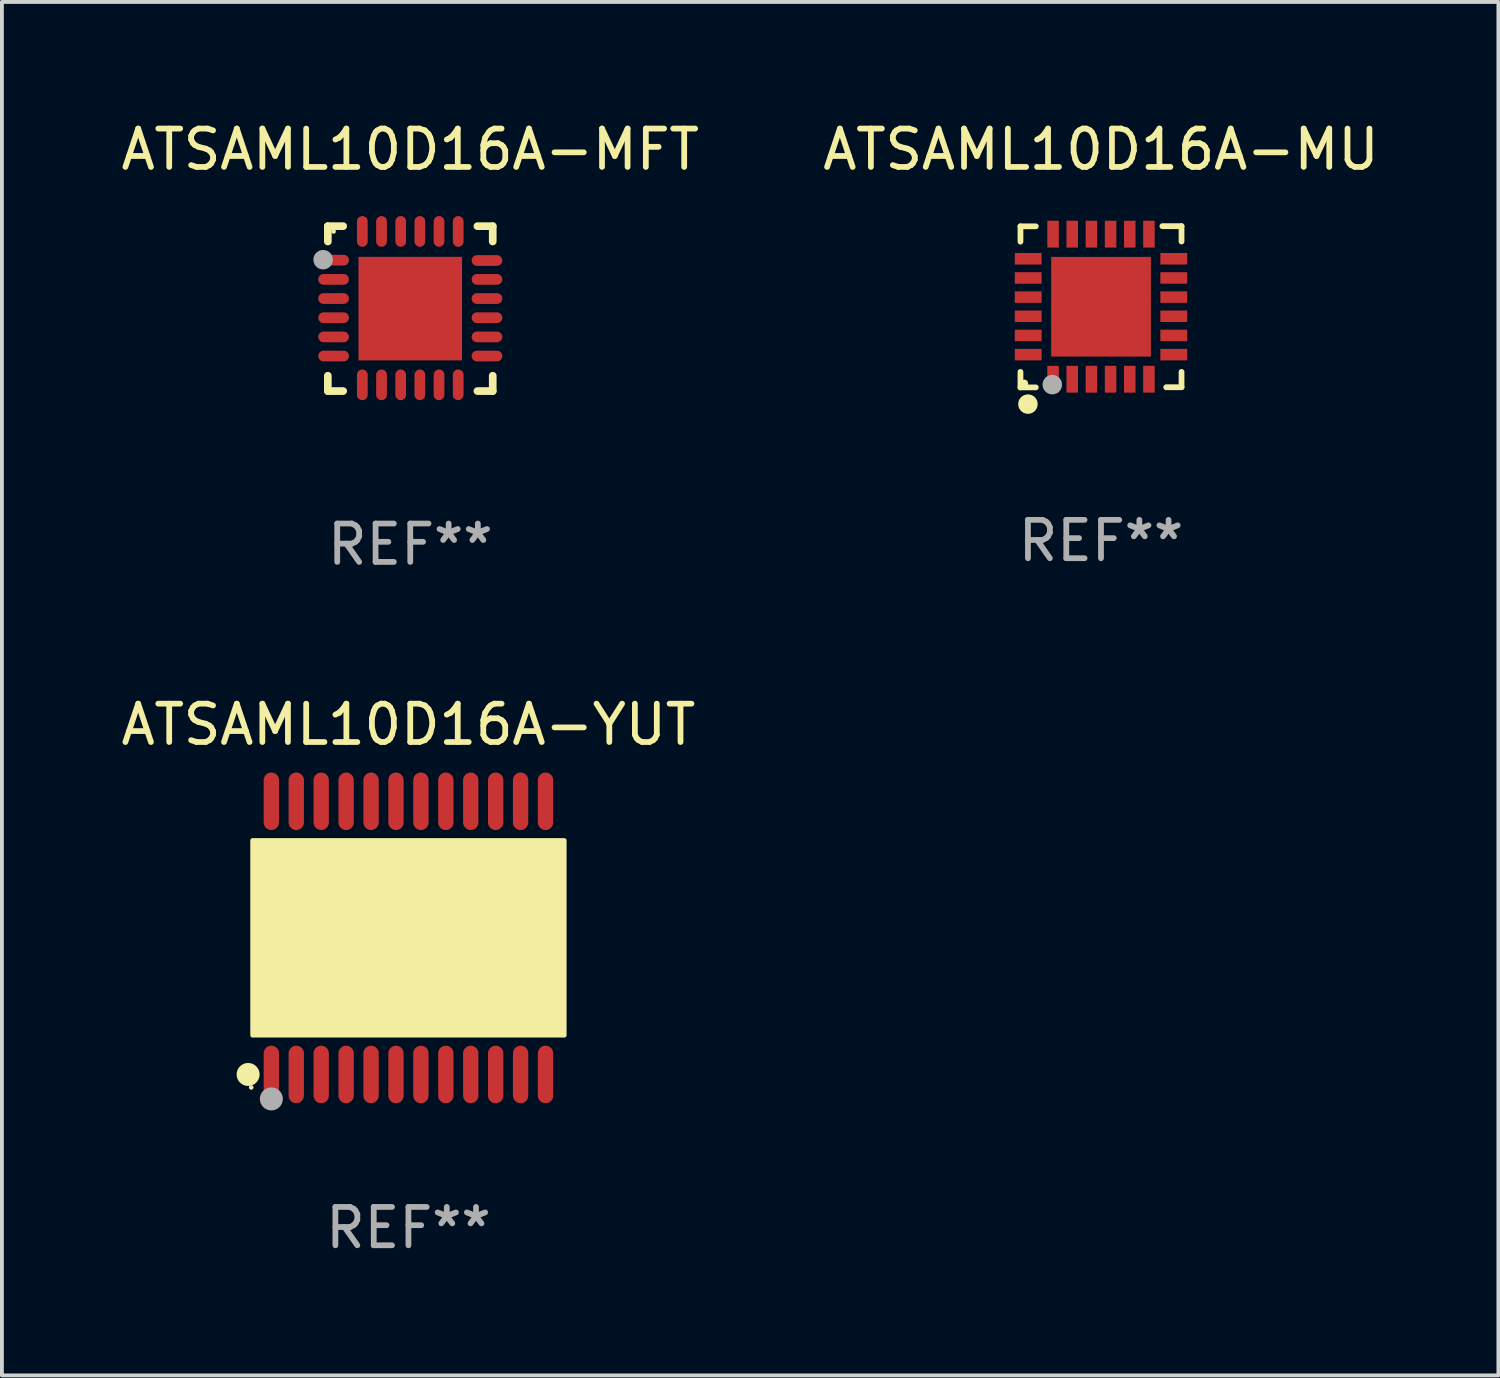
<source format=kicad_pcb>
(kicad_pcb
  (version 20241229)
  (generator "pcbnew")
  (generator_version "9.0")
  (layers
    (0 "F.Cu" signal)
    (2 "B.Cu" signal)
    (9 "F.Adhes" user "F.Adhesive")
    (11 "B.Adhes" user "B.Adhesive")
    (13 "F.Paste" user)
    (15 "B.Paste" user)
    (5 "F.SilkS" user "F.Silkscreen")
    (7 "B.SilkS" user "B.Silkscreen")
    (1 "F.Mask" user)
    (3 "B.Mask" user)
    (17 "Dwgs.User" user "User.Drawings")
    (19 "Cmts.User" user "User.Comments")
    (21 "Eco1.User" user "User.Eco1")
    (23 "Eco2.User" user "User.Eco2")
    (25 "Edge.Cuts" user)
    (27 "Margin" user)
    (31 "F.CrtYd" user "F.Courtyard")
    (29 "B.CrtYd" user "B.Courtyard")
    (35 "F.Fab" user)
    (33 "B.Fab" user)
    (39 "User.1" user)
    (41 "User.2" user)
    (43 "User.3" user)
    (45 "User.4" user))
  (footprint "ATSAML10D16A-MFT"
    (layer "F.Cu")
    (at 7.649 4.998)
    (property "Reference" "ATSAML10D16A-MFT" (at 0 -4.15 0) (layer "F.SilkS") (effects (font (size 1 1) (thickness 0.15))))
    (attr through_hole)
    (fp_line (start -2.15 -2.15) (end -1.75 -2.15) (stroke (width 0.2) (type solid)) (layer "F.SilkS"))
    (fp_line (start -2.15 -1.75) (end -2.15 -2.15) (stroke (width 0.2) (type solid)) (layer "F.SilkS"))
    (fp_line (start -2.15 2.15) (end -2.15 1.75) (stroke (width 0.2) (type solid)) (layer "F.SilkS"))
    (fp_line (start -1.75 2.15) (end -2.15 2.15) (stroke (width 0.2) (type solid)) (layer "F.SilkS"))
    (fp_line (start 1.75 -2.15) (end 2.15 -2.15) (stroke (width 0.2) (type solid)) (layer "F.SilkS"))
    (fp_line (start 1.75 2.15) (end 2.15 2.15) (stroke (width 0.2) (type solid)) (layer "F.SilkS"))
    (fp_line (start 2.15 -2.15) (end 2.15 -1.75) (stroke (width 0.2) (type solid)) (layer "F.SilkS"))
    (fp_line (start 2.15 2.15) (end 2.15 1.75) (stroke (width 0.2) (type solid)) (layer "F.SilkS"))
    (fp_circle (center -2 -2.013) (end -1.97 -2.013) (stroke (width 0.06) (type solid)) (fill no) (layer "F.SilkS"))
    (fp_circle (center -2.273 -1.276) (end -2.146 -1.276) (stroke (width 0.254) (type solid)) (fill no) (layer "F.Fab"))
    (fp_text user "REF**" (at 0 6.15 0) (layer "F.Fab") (effects (font (size 1 1) (thickness 0.15))))
    (pad "1" smd oval (at -2 -1.263 90) (size 0.28 0.8) (layers "F.Cu" "F.Mask" "F.Paste"))
    (pad "2" smd oval (at -2 -0.763 90) (size 0.28 0.8) (layers "F.Cu" "F.Mask" "F.Paste"))
    (pad "3" smd oval (at -2 -0.263 90) (size 0.28 0.8) (layers "F.Cu" "F.Mask" "F.Paste"))
    (pad "4" smd oval (at -2 0.237 90) (size 0.28 0.8) (layers "F.Cu" "F.Mask" "F.Paste"))
    (pad "5" smd oval (at -2 0.737 90) (size 0.28 0.8) (layers "F.Cu" "F.Mask" "F.Paste"))
    (pad "6" smd oval (at -2 1.237 90) (size 0.28 0.8) (layers "F.Cu" "F.Mask" "F.Paste"))
    (pad "7" smd oval (at -1.25 1.987) (size 0.28 0.8) (layers "F.Cu" "F.Mask" "F.Paste"))
    (pad "8" smd oval (at -0.75 1.987) (size 0.28 0.8) (layers "F.Cu" "F.Mask" "F.Paste"))
    (pad "9" smd oval (at -0.25 1.987) (size 0.28 0.8) (layers "F.Cu" "F.Mask" "F.Paste"))
    (pad "10" smd oval (at 0.25 1.987) (size 0.28 0.8) (layers "F.Cu" "F.Mask" "F.Paste"))
    (pad "11" smd oval (at 0.75 1.987) (size 0.28 0.8) (layers "F.Cu" "F.Mask" "F.Paste"))
    (pad "12" smd oval (at 1.25 1.987) (size 0.28 0.8) (layers "F.Cu" "F.Mask" "F.Paste"))
    (pad "13" smd oval (at 2 1.237 90) (size 0.28 0.8) (layers "F.Cu" "F.Mask" "F.Paste"))
    (pad "14" smd oval (at 2 0.737 90) (size 0.28 0.8) (layers "F.Cu" "F.Mask" "F.Paste"))
    (pad "15" smd oval (at 2 0.237 90) (size 0.28 0.8) (layers "F.Cu" "F.Mask" "F.Paste"))
    (pad "16" smd oval (at 2 -0.263 90) (size 0.28 0.8) (layers "F.Cu" "F.Mask" "F.Paste"))
    (pad "17" smd oval (at 2 -0.763 90) (size 0.28 0.8) (layers "F.Cu" "F.Mask" "F.Paste"))
    (pad "18" smd oval (at 2 -1.255 90) (size 0.28 0.8) (layers "F.Cu" "F.Mask" "F.Paste"))
    (pad "19" smd oval (at 1.25 -2.013) (size 0.28 0.8) (layers "F.Cu" "F.Mask" "F.Paste"))
    (pad "20" smd oval (at 0.75 -2.013) (size 0.28 0.8) (layers "F.Cu" "F.Mask" "F.Paste"))
    (pad "21" smd oval (at 0.25 -2.013) (size 0.28 0.8) (layers "F.Cu" "F.Mask" "F.Paste"))
    (pad "22" smd oval (at -0.25 -2.013) (size 0.28 0.8) (layers "F.Cu" "F.Mask" "F.Paste"))
    (pad "23" smd oval (at -0.75 -2.013) (size 0.28 0.8) (layers "F.Cu" "F.Mask" "F.Paste"))
    (pad "24" smd oval (at -1.25 -2.013) (size 0.28 0.8) (layers "F.Cu" "F.Mask" "F.Paste"))
    (pad "25" smd rect (at -0.000127 -0.00014) (size 2.7 2.7) (layers "F.Cu" "F.Mask" "F.Paste")))
  (footprint "ATSAML10D16A-MU"
    (layer "F.Cu")
    (at 25.661 4.95)
    (property "Reference" "ATSAML10D16A-MU" (at 0 -4.102 0) (layer "F.SilkS") (effects (font (size 1 1) (thickness 0.15))))
    (attr through_hole)
    (fp_line (start -2.1 -2.098) (end -1.7 -2.098) (stroke (width 0.15) (type solid)) (layer "F.SilkS"))
    (fp_line (start -2.1 -1.698) (end -2.1 -2.098) (stroke (width 0.15) (type solid)) (layer "F.SilkS"))
    (fp_line (start -2.1 2.102) (end -2.1 1.698) (stroke (width 0.15) (type solid)) (layer "F.SilkS"))
    (fp_line (start -1.7 2.102) (end -2.1 2.102) (stroke (width 0.15) (type solid)) (layer "F.SilkS"))
    (fp_line (start 1.6 -2.102) (end 2.1 -2.102) (stroke (width 0.15) (type solid)) (layer "F.SilkS"))
    (fp_line (start 1.7 2.098) (end 2.1 2.098) (stroke (width 0.15) (type solid)) (layer "F.SilkS"))
    (fp_line (start 2.1 -2.102) (end 2.1 -1.702) (stroke (width 0.15) (type solid)) (layer "F.SilkS"))
    (fp_line (start 2.1 2.098) (end 2.1 1.698) (stroke (width 0.15) (type solid)) (layer "F.SilkS"))
    (fp_circle (center -2 1.998) (end -1.95 1.998) (stroke (width 0.1) (type solid)) (fill no) (layer "F.SilkS"))
    (fp_circle (center -1.905 2.538) (end -1.778 2.538) (stroke (width 0.254) (type solid)) (fill no) (layer "F.SilkS"))
    (fp_circle (center -1.27 2.03) (end -1.143 2.03) (stroke (width 0.254) (type solid)) (fill no) (layer "F.Fab"))
    (fp_text user "REF**" (at 0 6.102 0) (layer "F.Fab") (effects (font (size 1 1) (thickness 0.15))))
    (pad "1" smd rect (at -1.25 1.89 180) (size 0.3 0.7) (layers "F.Cu" "F.Mask" "F.Paste"))
    (pad "2" smd rect (at -0.75 1.889 180) (size 0.3 0.7) (layers "F.Cu" "F.Mask" "F.Paste"))
    (pad "3" smd rect (at -0.25 1.889 180) (size 0.3 0.7) (layers "F.Cu" "F.Mask" "F.Paste"))
    (pad "4" smd rect (at 0.25 1.889 180) (size 0.3 0.7) (layers "F.Cu" "F.Mask" "F.Paste"))
    (pad "5" smd rect (at 0.75 1.889 180) (size 0.3 0.7) (layers "F.Cu" "F.Mask" "F.Paste"))
    (pad "6" smd rect (at 1.25 1.889 180) (size 0.3 0.7) (layers "F.Cu" "F.Mask" "F.Paste"))
    (pad "7" smd rect (at 1.898 1.248 270) (size 0.3 0.7) (layers "F.Cu" "F.Mask" "F.Paste"))
    (pad "8" smd rect (at 1.898 0.748 270) (size 0.3 0.7) (layers "F.Cu" "F.Mask" "F.Paste"))
    (pad "9" smd rect (at 1.898 0.248 270) (size 0.3 0.7) (layers "F.Cu" "F.Mask" "F.Paste"))
    (pad "10" smd rect (at 1.898 -0.252 270) (size 0.3 0.7) (layers "F.Cu" "F.Mask" "F.Paste"))
    (pad "11" smd rect (at 1.898 -0.752 270) (size 0.3 0.7) (layers "F.Cu" "F.Mask" "F.Paste"))
    (pad "12" smd rect (at 1.898 -1.252 270) (size 0.3 0.7) (layers "F.Cu" "F.Mask" "F.Paste"))
    (pad "13" smd rect (at 1.25 -1.894) (size 0.3 0.7) (layers "F.Cu" "F.Mask" "F.Paste"))
    (pad "14" smd rect (at 0.75 -1.894) (size 0.3 0.7) (layers "F.Cu" "F.Mask" "F.Paste"))
    (pad "15" smd rect (at 0.25 -1.894) (size 0.3 0.7) (layers "F.Cu" "F.Mask" "F.Paste"))
    (pad "16" smd rect (at -0.25 -1.894) (size 0.3 0.7) (layers "F.Cu" "F.Mask" "F.Paste"))
    (pad "17" smd rect (at -0.75 -1.894) (size 0.3 0.7) (layers "F.Cu" "F.Mask" "F.Paste"))
    (pad "18" smd rect (at -1.25 -1.894) (size 0.3 0.7) (layers "F.Cu" "F.Mask" "F.Paste"))
    (pad "19" smd rect (at -1.898 -1.252 90) (size 0.3 0.7) (layers "F.Cu" "F.Mask" "F.Paste"))
    (pad "20" smd rect (at -1.898 -0.752 90) (size 0.3 0.7) (layers "F.Cu" "F.Mask" "F.Paste"))
    (pad "21" smd rect (at -1.898 -0.252 90) (size 0.3 0.7) (layers "F.Cu" "F.Mask" "F.Paste"))
    (pad "22" smd rect (at -1.898 0.248 90) (size 0.3 0.7) (layers "F.Cu" "F.Mask" "F.Paste"))
    (pad "23" smd rect (at -1.898 0.748 90) (size 0.3 0.7) (layers "F.Cu" "F.Mask" "F.Paste"))
    (pad "24" smd rect (at -1.898 1.248 90) (size 0.3 0.7) (layers "F.Cu" "F.Mask" "F.Paste"))
    (pad "25" smd rect (at 0.001 -0.001 90) (size 2.6 2.6) (layers "F.Cu" "F.Mask" "F.Paste")))
  (footprint "ATSAML10D16A-YUT"
    (layer "F.Cu")
    (at 7.601 21.407)
    (property "Reference" "ATSAML10D16A-YUT" (at 0 -5.562 0) (layer "F.SilkS") (effects (font (size 1 1) (thickness 0.15))))
    (attr through_hole)
    (fp_circle (center -4.181 3.562) (end -4.031 3.562) (stroke (width 0.3) (type solid)) (fill no) (layer "F.SilkS"))
    (fp_circle (center -4.1 3.9) (end -4.07 3.9) (stroke (width 0.06) (type solid)) (fill no) (layer "F.SilkS"))
    (fp_circle (center -3.575 1.819) (end -3.425 1.819) (stroke (width 0.3) (type solid)) (fill no) (layer "F.SilkS"))
    (fp_poly (pts (xy -4.064 -2.54) (xy 4.064 -2.54) (xy 4.064 2.54) (xy -4.064 2.54)) (stroke (width 0.12) (type solid)) (fill yes) (layer "F.SilkS"))
    (fp_circle (center -3.575 4.2) (end -3.425 4.2) (stroke (width 0.3) (type solid)) (fill no) (layer "F.Fab"))
    (fp_text user "REF**" (at 0 7.562 0) (layer "F.Fab") (effects (font (size 1 1) (thickness 0.15))))
    (pad "1" smd oval (at -3.575 3.562) (size 0.4 1.5) (layers "F.Cu" "F.Mask" "F.Paste"))
    (pad "2" smd oval (at -2.925 3.562) (size 0.4 1.5) (layers "F.Cu" "F.Mask" "F.Paste"))
    (pad "3" smd oval (at -2.275 3.562) (size 0.4 1.5) (layers "F.Cu" "F.Mask" "F.Paste"))
    (pad "4" smd oval (at -1.625 3.562) (size 0.4 1.5) (layers "F.Cu" "F.Mask" "F.Paste"))
    (pad "5" smd oval (at -0.975 3.562) (size 0.4 1.5) (layers "F.Cu" "F.Mask" "F.Paste"))
    (pad "6" smd oval (at -0.325 3.562) (size 0.4 1.5) (layers "F.Cu" "F.Mask" "F.Paste"))
    (pad "7" smd oval (at 0.325 3.562) (size 0.4 1.5) (layers "F.Cu" "F.Mask" "F.Paste"))
    (pad "8" smd oval (at 0.975 3.562) (size 0.4 1.5) (layers "F.Cu" "F.Mask" "F.Paste"))
    (pad "9" smd oval (at 1.625 3.562) (size 0.4 1.5) (layers "F.Cu" "F.Mask" "F.Paste"))
    (pad "10" smd oval (at 2.275 3.562) (size 0.4 1.5) (layers "F.Cu" "F.Mask" "F.Paste"))
    (pad "11" smd oval (at 2.925 3.562) (size 0.4 1.5) (layers "F.Cu" "F.Mask" "F.Paste"))
    (pad "12" smd oval (at 3.575 3.562) (size 0.4 1.5) (layers "F.Cu" "F.Mask" "F.Paste"))
    (pad "13" smd oval (at 3.575 -3.562) (size 0.4 1.5) (layers "F.Cu" "F.Mask" "F.Paste"))
    (pad "14" smd oval (at 2.925 -3.562) (size 0.4 1.5) (layers "F.Cu" "F.Mask" "F.Paste"))
    (pad "15" smd oval (at 2.275 -3.562) (size 0.4 1.5) (layers "F.Cu" "F.Mask" "F.Paste"))
    (pad "16" smd oval (at 1.625 -3.562) (size 0.4 1.5) (layers "F.Cu" "F.Mask" "F.Paste"))
    (pad "17" smd oval (at 0.975 -3.562) (size 0.4 1.5) (layers "F.Cu" "F.Mask" "F.Paste"))
    (pad "18" smd oval (at 0.325 -3.562) (size 0.4 1.5) (layers "F.Cu" "F.Mask" "F.Paste"))
    (pad "19" smd oval (at -0.325 -3.562) (size 0.4 1.5) (layers "F.Cu" "F.Mask" "F.Paste"))
    (pad "20" smd oval (at -0.975 -3.562) (size 0.4 1.5) (layers "F.Cu" "F.Mask" "F.Paste"))
    (pad "21" smd oval (at -1.625 -3.562) (size 0.4 1.5) (layers "F.Cu" "F.Mask" "F.Paste"))
    (pad "22" smd oval (at -2.275 -3.562) (size 0.4 1.5) (layers "F.Cu" "F.Mask" "F.Paste"))
    (pad "23" smd oval (at -2.925 -3.562) (size 0.4 1.5) (layers "F.Cu" "F.Mask" "F.Paste"))
    (pad "24" smd oval (at -3.575 -3.562) (size 0.4 1.5) (layers "F.Cu" "F.Mask" "F.Paste")))
  (gr_rect
    (start -3 -3)
    (end 36.024 32.817)
    (stroke (width 0.1) (type default))
    (fill no)
    (layer "Edge.Cuts")))
</source>
